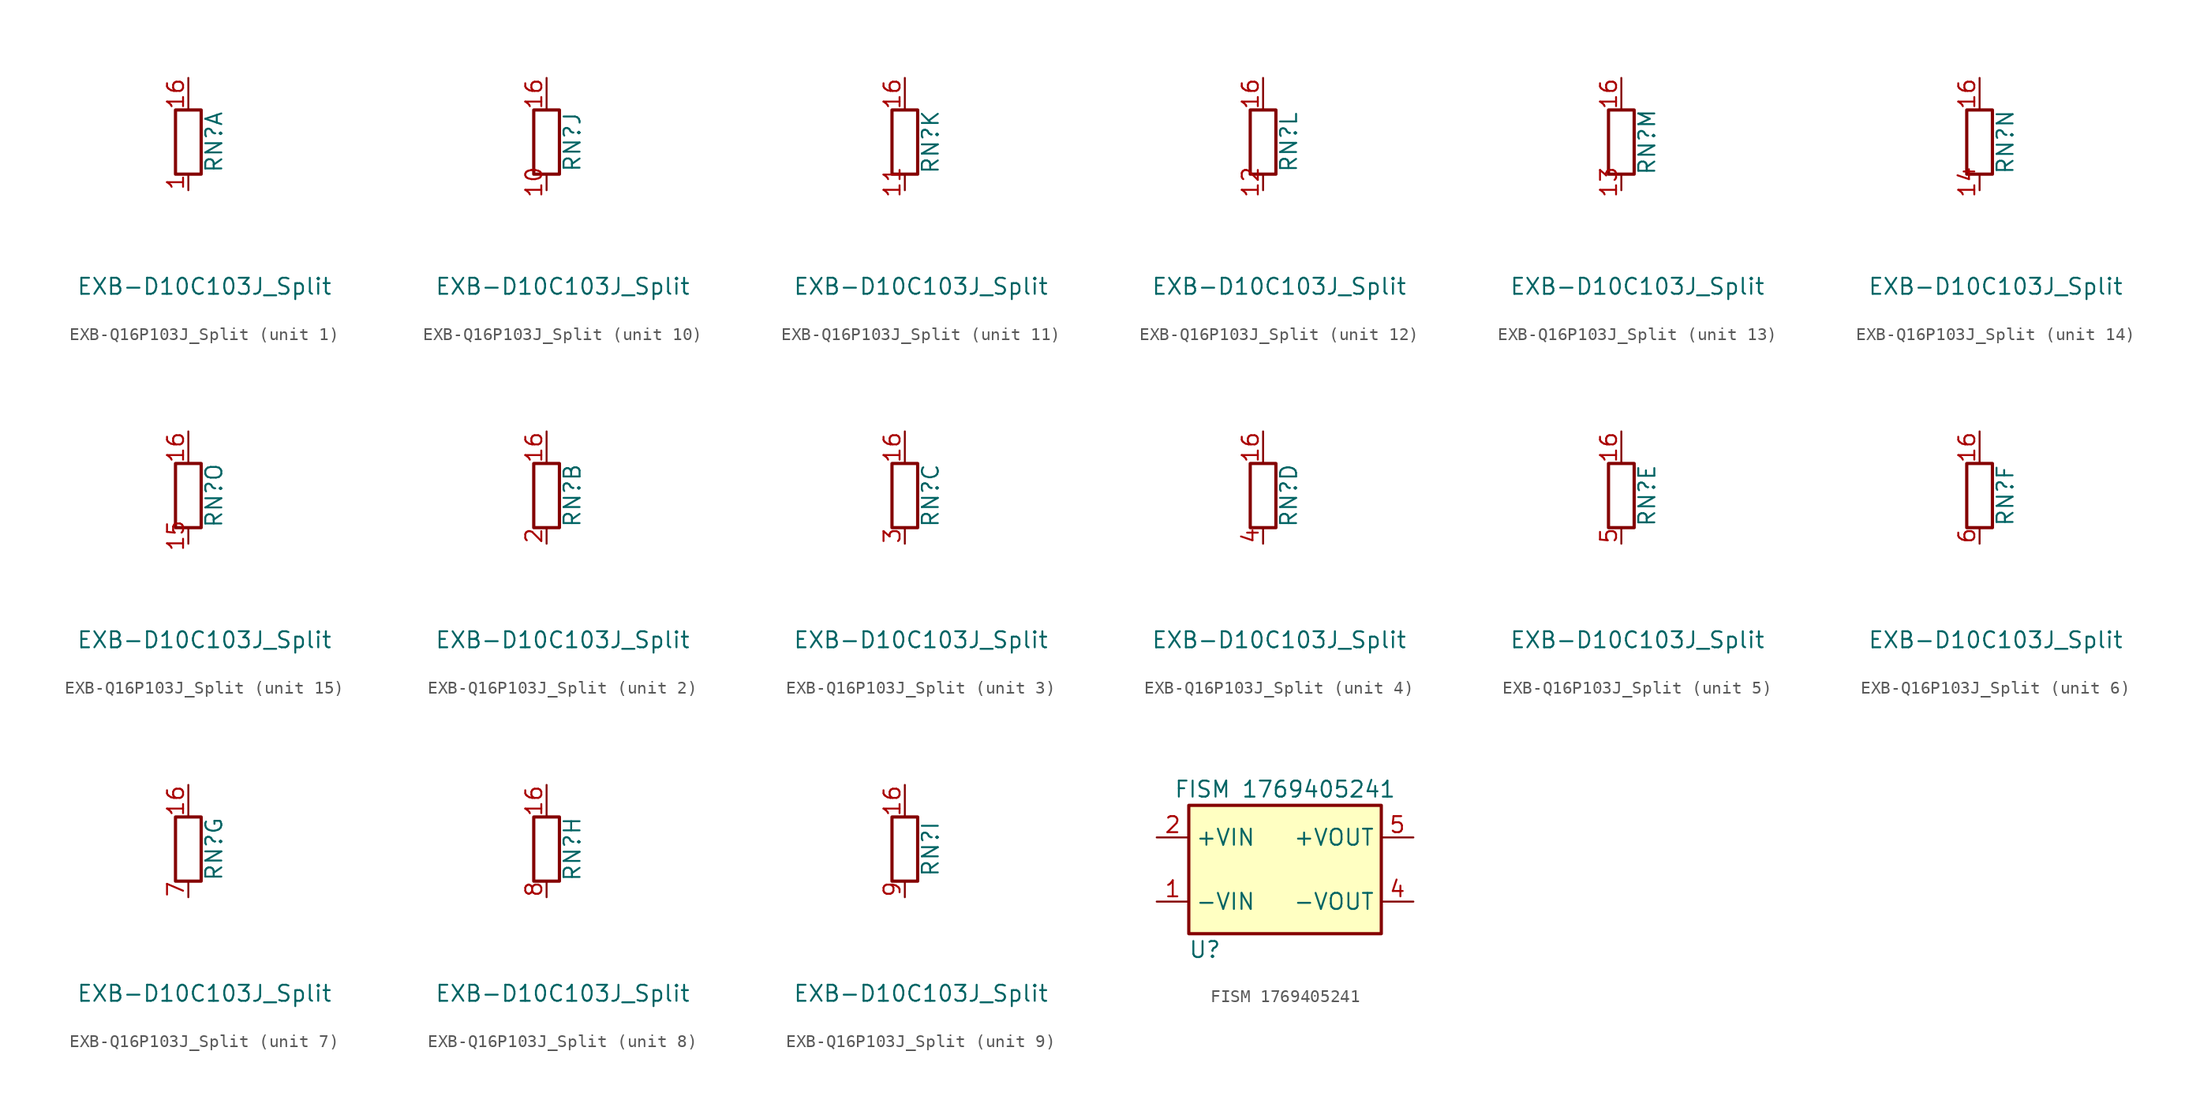
<source format=kicad_sym>
(kicad_symbol_lib
  (version 20220914)
  (generator kicad_symbol_editor)
  (symbol "EXB-Q16P103J_Split"
    (pin_names
      (offset 0) hide)
    (property "Reference" "RN"
      (at 2.032 0 90)
      (effects (font (size 1.27 1.27))))
    (property "Value" "EXB-D10C103J_Split"
      (at 1.27 -11.43 0)
      (effects (font (size 1.27 1.27))))
    (symbol "EXB-Q16P103J_Split_0_1"
      (rectangle (start -1.016 2.54) (end 1.016 -2.54) (stroke (width 0.254) (type default)) (fill (type none)))
      (pin passive line (at 0 5.08 270) (length 2.54) (name "R1" (effects (font (size 1.27 1.27)))) (number "16" (effects (font (size 1.27 1.27))))))
    (symbol "EXB-Q16P103J_Split_1_1"
      (pin passive line (at 0 -3.81 90) (length 1.27) (name "R15.2" (effects (font (size 1.27 1.27)))) (number "1" (effects (font (size 1.27 1.27))))))
    (symbol "EXB-Q16P103J_Split_2_1"
      (pin passive line (at 0 -3.81 90) (length 1.27) (name "R2.2" (effects (font (size 1.27 1.27)))) (number "2" (effects (font (size 1.27 1.27))))))
    (symbol "EXB-Q16P103J_Split_3_1"
      (pin passive line (at 0 -3.81 90) (length 1.27) (name "R3.2" (effects (font (size 1.27 1.27)))) (number "3" (effects (font (size 1.27 1.27))))))
    (symbol "EXB-Q16P103J_Split_4_1"
      (pin passive line (at 0 -3.81 90) (length 1.27) (name "R4.2" (effects (font (size 1.27 1.27)))) (number "4" (effects (font (size 1.27 1.27))))))
    (symbol "EXB-Q16P103J_Split_5_1"
      (pin passive line (at 0 -3.81 90) (length 1.27) (name "R5.2" (effects (font (size 1.27 1.27)))) (number "5" (effects (font (size 1.27 1.27))))))
    (symbol "EXB-Q16P103J_Split_6_1"
      (pin passive line (at 0 -3.81 90) (length 1.27) (name "R6.2" (effects (font (size 1.27 1.27)))) (number "6" (effects (font (size 1.27 1.27))))))
    (symbol "EXB-Q16P103J_Split_7_1"
      (pin passive line (at 0 -3.81 90) (length 1.27) (name "R7.2" (effects (font (size 1.27 1.27)))) (number "7" (effects (font (size 1.27 1.27))))))
    (symbol "EXB-Q16P103J_Split_8_1"
      (pin passive line (at 0 -3.81 90) (length 1.27) (name "R8.2" (effects (font (size 1.27 1.27)))) (number "8" (effects (font (size 1.27 1.27))))))
    (symbol "EXB-Q16P103J_Split_9_1"
      (pin passive line (at 0 -3.81 90) (length 1.27) (name "R15.2" (effects (font (size 1.27 1.27)))) (number "9" (effects (font (size 1.27 1.27))))))
    (symbol "EXB-Q16P103J_Split_10_1"
      (pin passive line (at 0 -3.81 90) (length 1.27) (name "R15.2" (effects (font (size 1.27 1.27)))) (number "10" (effects (font (size 1.27 1.27))))))
    (symbol "EXB-Q16P103J_Split_11_1"
      (pin passive line (at 0 -3.81 90) (length 1.27) (name "R15.2" (effects (font (size 1.27 1.27)))) (number "11" (effects (font (size 1.27 1.27))))))
    (symbol "EXB-Q16P103J_Split_12_1"
      (pin passive line (at 0 -3.81 90) (length 1.27) (name "R15.2" (effects (font (size 1.27 1.27)))) (number "12" (effects (font (size 1.27 1.27))))))
    (symbol "EXB-Q16P103J_Split_13_1"
      (pin passive line (at 0 -3.81 90) (length 1.27) (name "R15.2" (effects (font (size 1.27 1.27)))) (number "13" (effects (font (size 1.27 1.27))))))
    (symbol "EXB-Q16P103J_Split_14_1"
      (pin passive line (at 0 -3.81 90) (length 1.27) (name "R15.2" (effects (font (size 1.27 1.27)))) (number "14" (effects (font (size 1.27 1.27))))))
    (symbol "EXB-Q16P103J_Split_15_1"
      (pin passive line (at 0 -3.81 90) (length 1.27) (name "R15.2" (effects (font (size 1.27 1.27)))) (number "15" (effects (font (size 1.27 1.27)))))))
  (symbol "FISM 1769405241"
    (property "Reference" "U"
      (at -6.35 -6.35 0)
      (effects (font (size 1.27 1.27))))
    (property "Value" "FISM 1769405241"
      (at 0 6.35 0)
      (effects (font (size 1.27 1.27))))
    (symbol "FISM 1769405241_0_1"
      (rectangle (start -7.62 5.08) (end 7.62 -5.08) (stroke (width 0.254) (type default)) (fill (type background))))
    (symbol "FISM 1769405241_1_1"
      (pin power_in line (at -10.16 -2.54 0) (length 2.54) (name "-VIN" (effects (font (size 1.27 1.27)))) (number "1" (effects (font (size 1.27 1.27)))))
      (pin power_in line (at -10.16 2.54 0) (length 2.54) (name "+VIN" (effects (font (size 1.27 1.27)))) (number "2" (effects (font (size 1.27 1.27)))))
      (pin power_out line (at 10.16 -2.54 180) (length 2.54) (name "-VOUT" (effects (font (size 1.27 1.27)))) (number "4" (effects (font (size 1.27 1.27)))))
      (pin power_out line (at 10.16 2.54 180) (length 2.54) (name "+VOUT" (effects (font (size 1.27 1.27)))) (number "5" (effects (font (size 1.27 1.27)))))
      (pin no_connect line (at 0 -7.62 90) (length 2.54) hide (name "NC" (effects (font (size 1.27 1.27)))) (number "8" (effects (font (size 1.27 1.27))))))))
</source>
